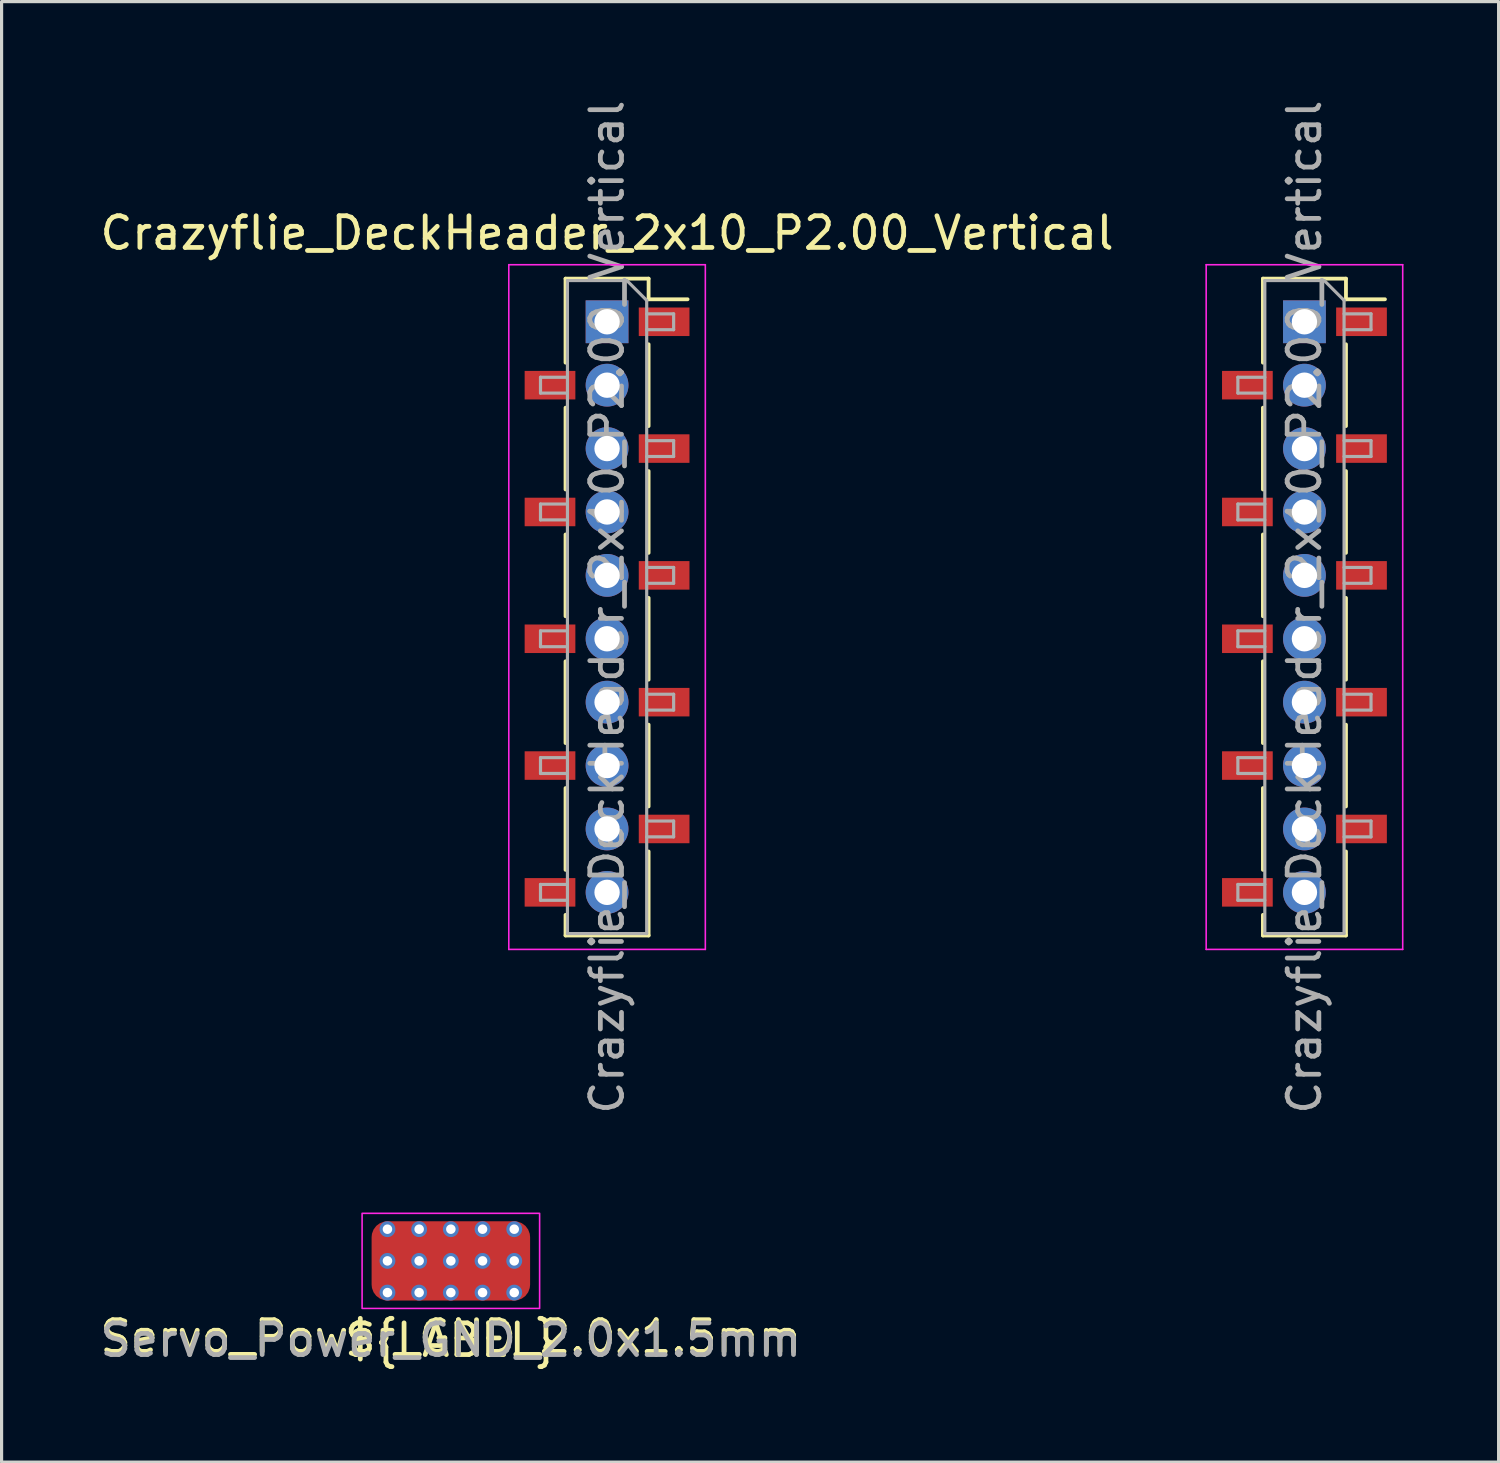
<source format=kicad_pcb>
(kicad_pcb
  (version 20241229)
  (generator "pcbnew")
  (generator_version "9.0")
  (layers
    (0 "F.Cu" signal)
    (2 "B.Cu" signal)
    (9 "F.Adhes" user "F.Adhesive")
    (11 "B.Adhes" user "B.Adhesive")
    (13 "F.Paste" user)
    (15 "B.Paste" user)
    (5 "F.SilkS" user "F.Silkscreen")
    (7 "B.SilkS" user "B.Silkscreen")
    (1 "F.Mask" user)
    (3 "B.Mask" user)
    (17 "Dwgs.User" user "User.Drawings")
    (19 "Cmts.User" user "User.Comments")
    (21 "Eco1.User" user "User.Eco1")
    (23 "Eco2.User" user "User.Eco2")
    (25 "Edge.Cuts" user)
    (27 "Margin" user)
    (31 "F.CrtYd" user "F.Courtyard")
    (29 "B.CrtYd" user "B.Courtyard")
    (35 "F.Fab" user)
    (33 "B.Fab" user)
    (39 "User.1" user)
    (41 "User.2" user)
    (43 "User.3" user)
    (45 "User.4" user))
  (footprint "Servo_Power_GND_2.0x1.5mm"
    (layer "F.Cu")
    (at 11.173 36.727)
    (property "Reference" "Servo_Power_GND_2.0x1.5mm" (at 0 2.4 0) (unlocked yes) (layer "F.SilkS") (effects (font (size 1 1) (thickness 0.15))))
    (property "Label" "${LABEL}" (at 0 2.5 0) (layer "F.SilkS") (effects (font (size 1 1) (thickness 0.15))))
    (attr smd)
    (fp_rect (start -2.8 -1.5) (end 2.8 1.5) (stroke (width 0.05) (type default)) (fill no) (layer "F.CrtYd"))
    (fp_text user "${REFERENCE}" (at 0 2.5 0) (unlocked yes) (layer "F.Fab") (effects (font (size 1 1) (thickness 0.15))))
    (pad "1" thru_hole circle (at -2 -1) (size 0.5 0.5) (drill 0.3) (layers "*.Cu" "F.Mask"))
    (pad "1" thru_hole circle (at -2 0) (size 0.5 0.5) (drill 0.3) (layers "*.Cu" "F.Mask"))
    (pad "1" thru_hole circle (at -2 1) (size 0.5 0.5) (drill 0.3) (layers "*.Cu" "F.Mask"))
    (pad "1" thru_hole circle (at -1 -1) (size 0.5 0.5) (drill 0.3) (layers "*.Cu" "F.Mask"))
    (pad "1" thru_hole circle (at -1 0) (size 0.5 0.5) (drill 0.3) (layers "*.Cu" "F.Mask"))
    (pad "1" thru_hole circle (at -1 1) (size 0.5 0.5) (drill 0.3) (layers "*.Cu" "F.Mask"))
    (pad "1" thru_hole circle (at 0 -1) (size 0.5 0.5) (drill 0.3) (layers "*.Cu" "F.Mask"))
    (pad "1" thru_hole circle (at 0 0) (size 0.5 0.5) (drill 0.3) (layers "*.Cu" "F.Mask"))
    (pad "1" smd roundrect (at 0 0) (size 5 2.5) (layers "F.Cu" "F.Mask") (roundrect_rratio 0.2))
    (pad "1" thru_hole circle (at 0 1) (size 0.5 0.5) (drill 0.3) (layers "*.Cu" "F.Mask"))
    (pad "1" thru_hole circle (at 1 -1) (size 0.5 0.5) (drill 0.3) (layers "*.Cu" "F.Mask"))
    (pad "1" thru_hole circle (at 1 0) (size 0.5 0.5) (drill 0.3) (layers "*.Cu" "F.Mask"))
    (pad "1" thru_hole circle (at 1 1) (size 0.5 0.5) (drill 0.3) (layers "*.Cu" "F.Mask"))
    (pad "1" thru_hole circle (at 2 -1) (size 0.5 0.5) (drill 0.3) (layers "*.Cu" "F.Mask"))
    (pad "1" thru_hole circle (at 2 0) (size 0.5 0.5) (drill 0.3) (layers "*.Cu" "F.Mask"))
    (pad "1" thru_hole circle (at 2 1) (size 0.5 0.5) (drill 0.3) (layers "*.Cu" "F.Mask")))
  (footprint "Crazyflie_DeckHeader_2x10_P2.00_Vertical"
    (layer "F.Cu")
    (at 27.101 16.101)
    (property "Reference" "Crazyflie_DeckHeader_2x10_P2.00_Vertical" (at -11 -11.8 0) (layer "F.SilkS") (effects (font (size 1 1) (thickness 0.15))))
    (attr smd)
    (fp_line (start -12.31 -10.36) (end -12.31 -7.71) (stroke (width 0.12) (type solid)) (layer "F.SilkS"))
    (fp_line (start -12.31 -10.36) (end -9.69 -10.36) (stroke (width 0.12) (type solid)) (layer "F.SilkS"))
    (fp_line (start -12.31 -6.29) (end -12.31 -3.71) (stroke (width 0.12) (type solid)) (layer "F.SilkS"))
    (fp_line (start -12.31 -2.29) (end -12.31 0.29) (stroke (width 0.12) (type solid)) (layer "F.SilkS"))
    (fp_line (start -12.31 1.71) (end -12.31 4.29) (stroke (width 0.12) (type solid)) (layer "F.SilkS"))
    (fp_line (start -12.31 5.71) (end -12.31 8.29) (stroke (width 0.12) (type solid)) (layer "F.SilkS"))
    (fp_line (start -12.31 9.71) (end -12.31 10.36) (stroke (width 0.12) (type solid)) (layer "F.SilkS"))
    (fp_line (start -12.31 10.36) (end -9.69 10.36) (stroke (width 0.12) (type solid)) (layer "F.SilkS"))
    (fp_line (start -9.69 -10.36) (end -9.69 -9.71) (stroke (width 0.12) (type solid)) (layer "F.SilkS"))
    (fp_line (start -9.69 -9.71) (end -8.46 -9.71) (stroke (width 0.12) (type solid)) (layer "F.SilkS"))
    (fp_line (start -9.69 -8.29) (end -9.69 -5.71) (stroke (width 0.12) (type solid)) (layer "F.SilkS"))
    (fp_line (start -9.69 -4.29) (end -9.69 -1.71) (stroke (width 0.12) (type solid)) (layer "F.SilkS"))
    (fp_line (start -9.69 -0.29) (end -9.69 2.29) (stroke (width 0.12) (type solid)) (layer "F.SilkS"))
    (fp_line (start -9.69 3.71) (end -9.69 6.29) (stroke (width 0.12) (type solid)) (layer "F.SilkS"))
    (fp_line (start -9.69 7.71) (end -9.69 10.36) (stroke (width 0.12) (type solid)) (layer "F.SilkS"))
    (fp_line (start 9.69 -10.36) (end 9.69 -7.71) (stroke (width 0.12) (type solid)) (layer "F.SilkS"))
    (fp_line (start 9.69 -10.36) (end 12.31 -10.36) (stroke (width 0.12) (type solid)) (layer "F.SilkS"))
    (fp_line (start 9.69 -6.29) (end 9.69 -3.71) (stroke (width 0.12) (type solid)) (layer "F.SilkS"))
    (fp_line (start 9.69 -2.29) (end 9.69 0.29) (stroke (width 0.12) (type solid)) (layer "F.SilkS"))
    (fp_line (start 9.69 1.71) (end 9.69 4.29) (stroke (width 0.12) (type solid)) (layer "F.SilkS"))
    (fp_line (start 9.69 5.71) (end 9.69 8.29) (stroke (width 0.12) (type solid)) (layer "F.SilkS"))
    (fp_line (start 9.69 9.71) (end 9.69 10.36) (stroke (width 0.12) (type solid)) (layer "F.SilkS"))
    (fp_line (start 9.69 10.36) (end 12.31 10.36) (stroke (width 0.12) (type solid)) (layer "F.SilkS"))
    (fp_line (start 12.31 -10.36) (end 12.31 -9.71) (stroke (width 0.12) (type solid)) (layer "F.SilkS"))
    (fp_line (start 12.31 -9.71) (end 13.54 -9.71) (stroke (width 0.12) (type solid)) (layer "F.SilkS"))
    (fp_line (start 12.31 -8.29) (end 12.31 -5.71) (stroke (width 0.12) (type solid)) (layer "F.SilkS"))
    (fp_line (start 12.31 -4.29) (end 12.31 -1.71) (stroke (width 0.12) (type solid)) (layer "F.SilkS"))
    (fp_line (start 12.31 -0.29) (end 12.31 2.29) (stroke (width 0.12) (type solid)) (layer "F.SilkS"))
    (fp_line (start 12.31 3.71) (end 12.31 6.29) (stroke (width 0.12) (type solid)) (layer "F.SilkS"))
    (fp_line (start 12.31 7.71) (end 12.31 10.36) (stroke (width 0.12) (type solid)) (layer "F.SilkS"))
    (fp_line (start -14.1 -10.8) (end -7.9 -10.8) (stroke (width 0.05) (type solid)) (layer "F.CrtYd"))
    (fp_line (start -14.1 10.8) (end -14.1 -10.8) (stroke (width 0.05) (type solid)) (layer "F.CrtYd"))
    (fp_line (start -7.9 -10.8) (end -7.9 10.8) (stroke (width 0.05) (type solid)) (layer "F.CrtYd"))
    (fp_line (start -7.9 10.8) (end -14.1 10.8) (stroke (width 0.05) (type solid)) (layer "F.CrtYd"))
    (fp_line (start 7.9 -10.8) (end 14.1 -10.8) (stroke (width 0.05) (type solid)) (layer "F.CrtYd"))
    (fp_line (start 7.9 10.8) (end 7.9 -10.8) (stroke (width 0.05) (type solid)) (layer "F.CrtYd"))
    (fp_line (start 14.1 -10.8) (end 14.1 10.8) (stroke (width 0.05) (type solid)) (layer "F.CrtYd"))
    (fp_line (start 14.1 10.8) (end 7.9 10.8) (stroke (width 0.05) (type solid)) (layer "F.CrtYd"))
    (fp_line (start -13.1 -7.25) (end -12.25 -7.25) (stroke (width 0.1) (type solid)) (layer "F.Fab"))
    (fp_line (start -13.1 -6.75) (end -13.1 -7.25) (stroke (width 0.1) (type solid)) (layer "F.Fab"))
    (fp_line (start -13.1 -3.25) (end -12.25 -3.25) (stroke (width 0.1) (type solid)) (layer "F.Fab"))
    (fp_line (start -13.1 -2.75) (end -13.1 -3.25) (stroke (width 0.1) (type solid)) (layer "F.Fab"))
    (fp_line (start -13.1 0.75) (end -12.25 0.75) (stroke (width 0.1) (type solid)) (layer "F.Fab"))
    (fp_line (start -13.1 1.25) (end -13.1 0.75) (stroke (width 0.1) (type solid)) (layer "F.Fab"))
    (fp_line (start -13.1 4.75) (end -12.25 4.75) (stroke (width 0.1) (type solid)) (layer "F.Fab"))
    (fp_line (start -13.1 5.25) (end -13.1 4.75) (stroke (width 0.1) (type solid)) (layer "F.Fab"))
    (fp_line (start -13.1 8.75) (end -12.25 8.75) (stroke (width 0.1) (type solid)) (layer "F.Fab"))
    (fp_line (start -13.1 9.25) (end -13.1 8.75) (stroke (width 0.1) (type solid)) (layer "F.Fab"))
    (fp_line (start -12.25 -10.3) (end -10.375 -10.3) (stroke (width 0.1) (type solid)) (layer "F.Fab"))
    (fp_line (start -12.25 -6.75) (end -13.1 -6.75) (stroke (width 0.1) (type solid)) (layer "F.Fab"))
    (fp_line (start -12.25 -2.75) (end -13.1 -2.75) (stroke (width 0.1) (type solid)) (layer "F.Fab"))
    (fp_line (start -12.25 1.25) (end -13.1 1.25) (stroke (width 0.1) (type solid)) (layer "F.Fab"))
    (fp_line (start -12.25 5.25) (end -13.1 5.25) (stroke (width 0.1) (type solid)) (layer "F.Fab"))
    (fp_line (start -12.25 9.25) (end -13.1 9.25) (stroke (width 0.1) (type solid)) (layer "F.Fab"))
    (fp_line (start -12.25 10.3) (end -12.25 -10.3) (stroke (width 0.1) (type solid)) (layer "F.Fab"))
    (fp_line (start -10.375 -10.3) (end -9.75 -9.675) (stroke (width 0.1) (type solid)) (layer "F.Fab"))
    (fp_line (start -9.75 -9.675) (end -9.75 10.3) (stroke (width 0.1) (type solid)) (layer "F.Fab"))
    (fp_line (start -9.75 -9.25) (end -8.9 -9.25) (stroke (width 0.1) (type solid)) (layer "F.Fab"))
    (fp_line (start -9.75 -5.25) (end -8.9 -5.25) (stroke (width 0.1) (type solid)) (layer "F.Fab"))
    (fp_line (start -9.75 -1.25) (end -8.9 -1.25) (stroke (width 0.1) (type solid)) (layer "F.Fab"))
    (fp_line (start -9.75 2.75) (end -8.9 2.75) (stroke (width 0.1) (type solid)) (layer "F.Fab"))
    (fp_line (start -9.75 6.75) (end -8.9 6.75) (stroke (width 0.1) (type solid)) (layer "F.Fab"))
    (fp_line (start -9.75 10.3) (end -12.25 10.3) (stroke (width 0.1) (type solid)) (layer "F.Fab"))
    (fp_line (start -8.9 -9.25) (end -8.9 -8.75) (stroke (width 0.1) (type solid)) (layer "F.Fab"))
    (fp_line (start -8.9 -8.75) (end -9.75 -8.75) (stroke (width 0.1) (type solid)) (layer "F.Fab"))
    (fp_line (start -8.9 -5.25) (end -8.9 -4.75) (stroke (width 0.1) (type solid)) (layer "F.Fab"))
    (fp_line (start -8.9 -4.75) (end -9.75 -4.75) (stroke (width 0.1) (type solid)) (layer "F.Fab"))
    (fp_line (start -8.9 -1.25) (end -8.9 -0.75) (stroke (width 0.1) (type solid)) (layer "F.Fab"))
    (fp_line (start -8.9 -0.75) (end -9.75 -0.75) (stroke (width 0.1) (type solid)) (layer "F.Fab"))
    (fp_line (start -8.9 2.75) (end -8.9 3.25) (stroke (width 0.1) (type solid)) (layer "F.Fab"))
    (fp_line (start -8.9 3.25) (end -9.75 3.25) (stroke (width 0.1) (type solid)) (layer "F.Fab"))
    (fp_line (start -8.9 6.75) (end -8.9 7.25) (stroke (width 0.1) (type solid)) (layer "F.Fab"))
    (fp_line (start -8.9 7.25) (end -9.75 7.25) (stroke (width 0.1) (type solid)) (layer "F.Fab"))
    (fp_line (start 8.9 -7.25) (end 9.75 -7.25) (stroke (width 0.1) (type solid)) (layer "F.Fab"))
    (fp_line (start 8.9 -6.75) (end 8.9 -7.25) (stroke (width 0.1) (type solid)) (layer "F.Fab"))
    (fp_line (start 8.9 -3.25) (end 9.75 -3.25) (stroke (width 0.1) (type solid)) (layer "F.Fab"))
    (fp_line (start 8.9 -2.75) (end 8.9 -3.25) (stroke (width 0.1) (type solid)) (layer "F.Fab"))
    (fp_line (start 8.9 0.75) (end 9.75 0.75) (stroke (width 0.1) (type solid)) (layer "F.Fab"))
    (fp_line (start 8.9 1.25) (end 8.9 0.75) (stroke (width 0.1) (type solid)) (layer "F.Fab"))
    (fp_line (start 8.9 4.75) (end 9.75 4.75) (stroke (width 0.1) (type solid)) (layer "F.Fab"))
    (fp_line (start 8.9 5.25) (end 8.9 4.75) (stroke (width 0.1) (type solid)) (layer "F.Fab"))
    (fp_line (start 8.9 8.75) (end 9.75 8.75) (stroke (width 0.1) (type solid)) (layer "F.Fab"))
    (fp_line (start 8.9 9.25) (end 8.9 8.75) (stroke (width 0.1) (type solid)) (layer "F.Fab"))
    (fp_line (start 9.75 -10.3) (end 11.625 -10.3) (stroke (width 0.1) (type solid)) (layer "F.Fab"))
    (fp_line (start 9.75 -6.75) (end 8.9 -6.75) (stroke (width 0.1) (type solid)) (layer "F.Fab"))
    (fp_line (start 9.75 -2.75) (end 8.9 -2.75) (stroke (width 0.1) (type solid)) (layer "F.Fab"))
    (fp_line (start 9.75 1.25) (end 8.9 1.25) (stroke (width 0.1) (type solid)) (layer "F.Fab"))
    (fp_line (start 9.75 5.25) (end 8.9 5.25) (stroke (width 0.1) (type solid)) (layer "F.Fab"))
    (fp_line (start 9.75 9.25) (end 8.9 9.25) (stroke (width 0.1) (type solid)) (layer "F.Fab"))
    (fp_line (start 9.75 10.3) (end 9.75 -10.3) (stroke (width 0.1) (type solid)) (layer "F.Fab"))
    (fp_line (start 11.625 -10.3) (end 12.25 -9.675) (stroke (width 0.1) (type solid)) (layer "F.Fab"))
    (fp_line (start 12.25 -9.675) (end 12.25 10.3) (stroke (width 0.1) (type solid)) (layer "F.Fab"))
    (fp_line (start 12.25 -9.25) (end 13.1 -9.25) (stroke (width 0.1) (type solid)) (layer "F.Fab"))
    (fp_line (start 12.25 -5.25) (end 13.1 -5.25) (stroke (width 0.1) (type solid)) (layer "F.Fab"))
    (fp_line (start 12.25 -1.25) (end 13.1 -1.25) (stroke (width 0.1) (type solid)) (layer "F.Fab"))
    (fp_line (start 12.25 2.75) (end 13.1 2.75) (stroke (width 0.1) (type solid)) (layer "F.Fab"))
    (fp_line (start 12.25 6.75) (end 13.1 6.75) (stroke (width 0.1) (type solid)) (layer "F.Fab"))
    (fp_line (start 12.25 10.3) (end 9.75 10.3) (stroke (width 0.1) (type solid)) (layer "F.Fab"))
    (fp_line (start 13.1 -9.25) (end 13.1 -8.75) (stroke (width 0.1) (type solid)) (layer "F.Fab"))
    (fp_line (start 13.1 -8.75) (end 12.25 -8.75) (stroke (width 0.1) (type solid)) (layer "F.Fab"))
    (fp_line (start 13.1 -5.25) (end 13.1 -4.75) (stroke (width 0.1) (type solid)) (layer "F.Fab"))
    (fp_line (start 13.1 -4.75) (end 12.25 -4.75) (stroke (width 0.1) (type solid)) (layer "F.Fab"))
    (fp_line (start 13.1 -1.25) (end 13.1 -0.75) (stroke (width 0.1) (type solid)) (layer "F.Fab"))
    (fp_line (start 13.1 -0.75) (end 12.25 -0.75) (stroke (width 0.1) (type solid)) (layer "F.Fab"))
    (fp_line (start 13.1 2.75) (end 13.1 3.25) (stroke (width 0.1) (type solid)) (layer "F.Fab"))
    (fp_line (start 13.1 3.25) (end 12.25 3.25) (stroke (width 0.1) (type solid)) (layer "F.Fab"))
    (fp_line (start 13.1 6.75) (end 13.1 7.25) (stroke (width 0.1) (type solid)) (layer "F.Fab"))
    (fp_line (start 13.1 7.25) (end 12.25 7.25) (stroke (width 0.1) (type solid)) (layer "F.Fab"))
    (fp_text user "${REFERENCE}" (at -11 0 90) (layer "F.Fab") (effects (font (size 1 1) (thickness 0.15))))
    (fp_text user "${REFERENCE}" (at 11 0 90) (layer "F.Fab") (effects (font (size 1 1) (thickness 0.15))))
    (pad "1" thru_hole rect (at -11 -9) (size 1.35 1.35) (drill 0.8) (layers "*.Cu" "*.Mask"))
    (pad "1" smd rect (at -9.2 -9) (size 1.6 0.9) (layers "F.Cu" "F.Mask" "F.Paste"))
    (pad "2" smd rect (at -12.8 -7) (size 1.6 0.9) (layers "F.Cu" "F.Mask" "F.Paste"))
    (pad "2" thru_hole oval (at -11 -7) (size 1.35 1.35) (drill 0.8) (layers "*.Cu" "*.Mask"))
    (pad "3" thru_hole oval (at -11 -5) (size 1.35 1.35) (drill 0.8) (layers "*.Cu" "*.Mask"))
    (pad "3" smd rect (at -9.2 -5) (size 1.6 0.9) (layers "F.Cu" "F.Mask" "F.Paste"))
    (pad "4" smd rect (at -12.8 -3) (size 1.6 0.9) (layers "F.Cu" "F.Mask" "F.Paste"))
    (pad "4" thru_hole oval (at -11 -3) (size 1.35 1.35) (drill 0.8) (layers "*.Cu" "*.Mask"))
    (pad "5" thru_hole oval (at -11 -1) (size 1.35 1.35) (drill 0.8) (layers "*.Cu" "*.Mask"))
    (pad "5" smd rect (at -9.2 -1) (size 1.6 0.9) (layers "F.Cu" "F.Mask" "F.Paste"))
    (pad "6" smd rect (at -12.8 1) (size 1.6 0.9) (layers "F.Cu" "F.Mask" "F.Paste"))
    (pad "6" thru_hole oval (at -11 1) (size 1.35 1.35) (drill 0.8) (layers "*.Cu" "*.Mask"))
    (pad "7" thru_hole oval (at -11 3) (size 1.35 1.35) (drill 0.8) (layers "*.Cu" "*.Mask"))
    (pad "7" smd rect (at -9.2 3) (size 1.6 0.9) (layers "F.Cu" "F.Mask" "F.Paste"))
    (pad "8" smd rect (at -12.8 5) (size 1.6 0.9) (layers "F.Cu" "F.Mask" "F.Paste"))
    (pad "8" thru_hole oval (at -11 5) (size 1.35 1.35) (drill 0.8) (layers "*.Cu" "*.Mask"))
    (pad "9" thru_hole oval (at -11 7) (size 1.35 1.35) (drill 0.8) (layers "*.Cu" "*.Mask"))
    (pad "9" smd rect (at -9.2 7) (size 1.6 0.9) (layers "F.Cu" "F.Mask" "F.Paste"))
    (pad "10" smd rect (at -12.8 9) (size 1.6 0.9) (layers "F.Cu" "F.Mask" "F.Paste"))
    (pad "10" thru_hole oval (at -11 9) (size 1.35 1.35) (drill 0.8) (layers "*.Cu" "*.Mask"))
    (pad "11" smd rect (at 9.2 9) (size 1.6 0.9) (layers "F.Cu" "F.Mask" "F.Paste"))
    (pad "11" thru_hole oval (at 11 9) (size 1.35 1.35) (drill 0.8) (layers "*.Cu" "*.Mask"))
    (pad "12" thru_hole oval (at 11 7) (size 1.35 1.35) (drill 0.8) (layers "*.Cu" "*.Mask"))
    (pad "12" smd rect (at 12.8 7) (size 1.6 0.9) (layers "F.Cu" "F.Mask" "F.Paste"))
    (pad "13" smd rect (at 9.2 5) (size 1.6 0.9) (layers "F.Cu" "F.Mask" "F.Paste"))
    (pad "13" thru_hole oval (at 11 5) (size 1.35 1.35) (drill 0.8) (layers "*.Cu" "*.Mask"))
    (pad "14" thru_hole oval (at 11 3) (size 1.35 1.35) (drill 0.8) (layers "*.Cu" "*.Mask"))
    (pad "14" smd rect (at 12.8 3) (size 1.6 0.9) (layers "F.Cu" "F.Mask" "F.Paste"))
    (pad "15" smd rect (at 9.2 1) (size 1.6 0.9) (layers "F.Cu" "F.Mask" "F.Paste"))
    (pad "15" thru_hole oval (at 11 1) (size 1.35 1.35) (drill 0.8) (layers "*.Cu" "*.Mask"))
    (pad "16" thru_hole oval (at 11 -1) (size 1.35 1.35) (drill 0.8) (layers "*.Cu" "*.Mask"))
    (pad "16" smd rect (at 12.8 -1) (size 1.6 0.9) (layers "F.Cu" "F.Mask" "F.Paste"))
    (pad "17" smd rect (at 9.2 -3) (size 1.6 0.9) (layers "F.Cu" "F.Mask" "F.Paste"))
    (pad "17" thru_hole oval (at 11 -3) (size 1.35 1.35) (drill 0.8) (layers "*.Cu" "*.Mask"))
    (pad "18" thru_hole oval (at 11 -5) (size 1.35 1.35) (drill 0.8) (layers "*.Cu" "*.Mask"))
    (pad "18" smd rect (at 12.8 -5) (size 1.6 0.9) (layers "F.Cu" "F.Mask" "F.Paste"))
    (pad "19" smd rect (at 9.2 -7) (size 1.6 0.9) (layers "F.Cu" "F.Mask" "F.Paste"))
    (pad "19" thru_hole oval (at 11 -7) (size 1.35 1.35) (drill 0.8) (layers "*.Cu" "*.Mask"))
    (pad "20" thru_hole rect (at 11 -9) (size 1.35 1.35) (drill 0.8) (layers "*.Cu" "*.Mask"))
    (pad "20" smd rect (at 12.8 -9) (size 1.6 0.9) (layers "F.Cu" "F.Mask" "F.Paste")))
  (gr_rect
    (start -3 -3)
    (end 44.226 43.076)
    (stroke (width 0.1) (type default))
    (fill no)
    (layer "Edge.Cuts")))
</source>
